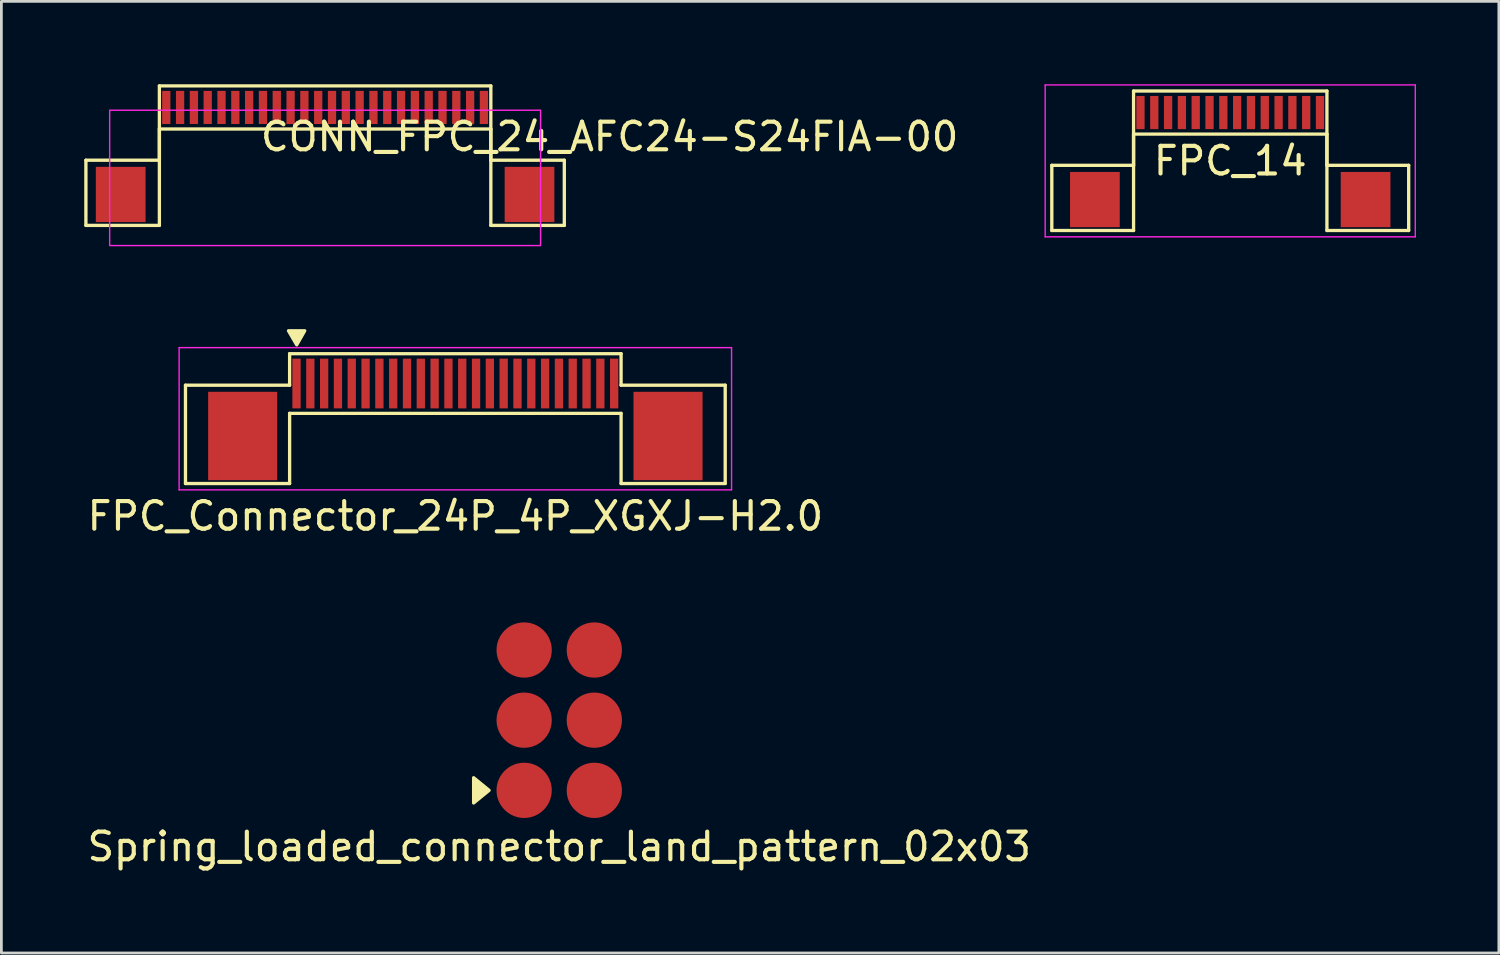
<source format=kicad_pcb>
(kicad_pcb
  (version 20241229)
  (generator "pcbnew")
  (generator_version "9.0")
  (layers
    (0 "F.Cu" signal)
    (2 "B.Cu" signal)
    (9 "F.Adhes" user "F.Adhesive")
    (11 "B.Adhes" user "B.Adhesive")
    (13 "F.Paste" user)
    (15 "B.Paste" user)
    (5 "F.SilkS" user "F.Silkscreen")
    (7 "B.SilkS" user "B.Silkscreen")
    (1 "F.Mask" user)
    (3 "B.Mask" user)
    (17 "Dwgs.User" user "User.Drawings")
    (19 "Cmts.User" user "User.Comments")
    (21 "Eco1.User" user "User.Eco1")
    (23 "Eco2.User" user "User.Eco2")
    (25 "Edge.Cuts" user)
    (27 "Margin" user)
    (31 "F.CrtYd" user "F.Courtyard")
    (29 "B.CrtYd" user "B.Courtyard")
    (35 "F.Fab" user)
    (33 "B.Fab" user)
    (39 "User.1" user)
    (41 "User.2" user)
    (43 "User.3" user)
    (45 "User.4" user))
  (footprint "Spring_loaded_connector_land_pattern_02x03"
    (layer "F.Cu")
    (at 17.196 28.103)
    (property "Reference" "Spring_loaded_connector_land_pattern_02x03" (at 0 -0.5 0) (unlocked yes) (layer "F.SilkS") (effects (font (size 1 1) (thickness 0.15))))
    (attr smd)
    (fp_poly (pts (xy -2.54 -2.54) (xy -3.099 -2.997) (xy -3.099 -2.083)) (stroke (width 0.12) (type solid)) (fill yes) (layer "F.SilkS"))
    (pad "1" smd circle (at -1.27 -2.54) (size 2 2) (layers "F.Cu" "F.Mask" "F.Paste"))
    (pad "2" smd circle (at -1.27 -5.08) (size 2 2) (layers "F.Cu" "F.Mask" "F.Paste"))
    (pad "3" smd circle (at -1.27 -7.62) (size 2 2) (layers "F.Cu" "F.Mask" "F.Paste"))
    (pad "4" smd circle (at 1.27 -7.62) (size 2 2) (layers "F.Cu" "F.Mask" "F.Paste"))
    (pad "5" smd circle (at 1.27 -5.08) (size 2 2) (layers "F.Cu" "F.Mask" "F.Paste"))
    (pad "6" smd circle (at 1.27 -2.54) (size 2 2) (layers "F.Cu" "F.Mask" "F.Paste")))
  (footprint "CONN_FPC_24_AFC24-S24FIA-00"
    (layer "F.Cu")
    (at 8.72 3.14)
    (property "Reference" "CONN_FPC_24_AFC24-S24FIA-00" (at 10.3 -1.24 0) (layer "F.SilkS") (effects (font (size 1 1) (thickness 0.15))))
    (attr smd)
    (fp_line (start -8.66 -0.39) (end -6 -0.39) (stroke (width 0.12) (type default)) (layer "F.SilkS"))
    (fp_line (start -8.66 1.97) (end -8.66 -0.39) (stroke (width 0.12) (type default)) (layer "F.SilkS"))
    (fp_line (start -6 -3.08) (end 6 -3.08) (stroke (width 0.12) (type default)) (layer "F.SilkS"))
    (fp_line (start -6 -1.52) (end -6 1.97) (stroke (width 0.12) (type default)) (layer "F.SilkS"))
    (fp_line (start -6 -1.52) (end 6 -1.52) (stroke (width 0.12) (type default)) (layer "F.SilkS"))
    (fp_line (start -6 -0.39) (end -6 -3.08) (stroke (width 0.12) (type default)) (layer "F.SilkS"))
    (fp_line (start -6 1.97) (end -8.66 1.97) (stroke (width 0.12) (type default)) (layer "F.SilkS"))
    (fp_line (start 6 -1.52) (end 6 1.97) (stroke (width 0.12) (type default)) (layer "F.SilkS"))
    (fp_line (start 6 -0.39) (end 6 -3.08) (stroke (width 0.12) (type default)) (layer "F.SilkS"))
    (fp_line (start 6 1.97) (end 8.66 1.97) (stroke (width 0.12) (type default)) (layer "F.SilkS"))
    (fp_line (start 8.66 -0.39) (end 6 -0.39) (stroke (width 0.12) (type default)) (layer "F.SilkS"))
    (fp_line (start 8.66 1.97) (end 8.66 -0.39) (stroke (width 0.12) (type default)) (layer "F.SilkS"))
    (fp_rect (start -7.8 -2.2) (end 7.8 2.7) (stroke (width 0.05) (type default)) (fill no) (layer "F.CrtYd"))
    (pad "" smd rect (at -7.4 0.85) (size 1.8 2) (layers "F.Cu" "F.Mask" "F.Paste"))
    (pad "" smd rect (at 7.4 0.85) (size 1.8 2) (layers "F.Cu" "F.Mask" "F.Paste"))
    (pad "1" smd rect (at 5.75 -2.3) (size 0.3 1.2) (layers "F.Cu" "F.Mask" "F.Paste"))
    (pad "2" smd rect (at 5.25 -2.3) (size 0.3 1.2) (layers "F.Cu" "F.Mask" "F.Paste"))
    (pad "3" smd rect (at 4.75 -2.3) (size 0.3 1.2) (layers "F.Cu" "F.Mask" "F.Paste"))
    (pad "4" smd rect (at 4.25 -2.3) (size 0.3 1.2) (layers "F.Cu" "F.Mask" "F.Paste"))
    (pad "5" smd rect (at 3.75 -2.3) (size 0.3 1.2) (layers "F.Cu" "F.Mask" "F.Paste"))
    (pad "6" smd rect (at 3.25 -2.3) (size 0.3 1.2) (layers "F.Cu" "F.Mask" "F.Paste"))
    (pad "7" smd rect (at 2.75 -2.3) (size 0.3 1.2) (layers "F.Cu" "F.Mask" "F.Paste"))
    (pad "8" smd rect (at 2.25 -2.3) (size 0.3 1.2) (layers "F.Cu" "F.Mask" "F.Paste"))
    (pad "9" smd rect (at 1.75 -2.3) (size 0.3 1.2) (layers "F.Cu" "F.Mask" "F.Paste"))
    (pad "10" smd rect (at 1.25 -2.3) (size 0.3 1.2) (layers "F.Cu" "F.Mask" "F.Paste"))
    (pad "11" smd rect (at 0.75 -2.3) (size 0.3 1.2) (layers "F.Cu" "F.Mask" "F.Paste"))
    (pad "12" smd rect (at 0.25 -2.3) (size 0.3 1.2) (layers "F.Cu" "F.Mask" "F.Paste"))
    (pad "13" smd rect (at -0.25 -2.3) (size 0.3 1.2) (layers "F.Cu" "F.Mask" "F.Paste"))
    (pad "14" smd rect (at -0.75 -2.3) (size 0.3 1.2) (layers "F.Cu" "F.Mask" "F.Paste"))
    (pad "15" smd rect (at -1.25 -2.3) (size 0.3 1.2) (layers "F.Cu" "F.Mask" "F.Paste"))
    (pad "16" smd rect (at -1.75 -2.3) (size 0.3 1.2) (layers "F.Cu" "F.Mask" "F.Paste"))
    (pad "17" smd rect (at -2.25 -2.3) (size 0.3 1.2) (layers "F.Cu" "F.Mask" "F.Paste"))
    (pad "18" smd rect (at -2.75 -2.3) (size 0.3 1.2) (layers "F.Cu" "F.Mask" "F.Paste"))
    (pad "19" smd rect (at -3.25 -2.3) (size 0.3 1.2) (layers "F.Cu" "F.Mask" "F.Paste"))
    (pad "20" smd rect (at -3.75 -2.3) (size 0.3 1.2) (layers "F.Cu" "F.Mask" "F.Paste"))
    (pad "21" smd rect (at -4.25 -2.3) (size 0.3 1.2) (layers "F.Cu" "F.Mask" "F.Paste"))
    (pad "22" smd rect (at -4.75 -2.3) (size 0.3 1.2) (layers "F.Cu" "F.Mask" "F.Paste"))
    (pad "23" smd rect (at -5.25 -2.3) (size 0.3 1.2) (layers "F.Cu" "F.Mask" "F.Paste"))
    (pad "24" smd rect (at -5.75 -2.3) (size 0.3 1.2) (layers "F.Cu" "F.Mask" "F.Paste")))
  (footprint "FPC_14"
    (layer "F.Cu")
    (at 41.489 3.425)
    (property "Reference" "FPC_14" (at 0 -0.65 0) (layer "F.SilkS") (effects (font (size 1 1) (thickness 0.15))))
    (attr smd)
    (fp_line (start -6.46 -0.49) (end -3.5 -0.49) (stroke (width 0.12) (type default)) (layer "F.SilkS"))
    (fp_line (start -6.46 1.87) (end -6.46 -0.49) (stroke (width 0.12) (type default)) (layer "F.SilkS"))
    (fp_line (start -3.5 -3.18) (end 3.5 -3.18) (stroke (width 0.12) (type default)) (layer "F.SilkS"))
    (fp_line (start -3.5 -1.62) (end -3.5 1.87) (stroke (width 0.12) (type default)) (layer "F.SilkS"))
    (fp_line (start -3.5 -1.62) (end 3.5 -1.62) (stroke (width 0.12) (type default)) (layer "F.SilkS"))
    (fp_line (start -3.5 -0.49) (end -3.5 -3.18) (stroke (width 0.12) (type default)) (layer "F.SilkS"))
    (fp_line (start -3.5 1.87) (end -6.46 1.87) (stroke (width 0.12) (type default)) (layer "F.SilkS"))
    (fp_line (start 3.5 -1.62) (end 3.5 1.87) (stroke (width 0.12) (type default)) (layer "F.SilkS"))
    (fp_line (start 3.5 -0.49) (end 3.5 -3.18) (stroke (width 0.12) (type default)) (layer "F.SilkS"))
    (fp_line (start 3.5 1.87) (end 6.46 1.87) (stroke (width 0.12) (type default)) (layer "F.SilkS"))
    (fp_line (start 6.46 -0.49) (end 3.5 -0.49) (stroke (width 0.12) (type default)) (layer "F.SilkS"))
    (fp_line (start 6.46 1.87) (end 6.46 -0.49) (stroke (width 0.12) (type default)) (layer "F.SilkS"))
    (fp_line (start -6.7 -3.4) (end -6.7 2.1) (stroke (width 0.05) (type default)) (layer "F.CrtYd"))
    (fp_line (start -6.7 -3.4) (end 6.7 -3.4) (stroke (width 0.05) (type default)) (layer "F.CrtYd"))
    (fp_line (start -6.7 2.1) (end 6.7 2.1) (stroke (width 0.05) (type default)) (layer "F.CrtYd"))
    (fp_line (start 6.7 -3.4) (end 6.7 2.1) (stroke (width 0.05) (type default)) (layer "F.CrtYd"))
    (pad "" smd rect (at -4.9 0.75) (size 1.8 2) (layers "F.Cu" "F.Mask" "F.Paste"))
    (pad "" smd rect (at 4.9 0.75) (size 1.8 2) (layers "F.Cu" "F.Mask" "F.Paste"))
    (pad "1" smd rect (at -3.25 -2.4) (size 0.3 1.2) (layers "F.Cu" "F.Mask" "F.Paste"))
    (pad "2" smd rect (at -2.75 -2.4) (size 0.3 1.2) (layers "F.Cu" "F.Mask" "F.Paste"))
    (pad "3" smd rect (at -2.25 -2.4) (size 0.3 1.2) (layers "F.Cu" "F.Mask" "F.Paste"))
    (pad "4" smd rect (at -1.75 -2.4) (size 0.3 1.2) (layers "F.Cu" "F.Mask" "F.Paste"))
    (pad "5" smd rect (at -1.25 -2.4) (size 0.3 1.2) (layers "F.Cu" "F.Mask" "F.Paste"))
    (pad "6" smd rect (at -0.75 -2.4) (size 0.3 1.2) (layers "F.Cu" "F.Mask" "F.Paste"))
    (pad "7" smd rect (at -0.25 -2.4) (size 0.3 1.2) (layers "F.Cu" "F.Mask" "F.Paste"))
    (pad "8" smd rect (at 0.25 -2.4) (size 0.3 1.2) (layers "F.Cu" "F.Mask" "F.Paste"))
    (pad "9" smd rect (at 0.75 -2.4) (size 0.3 1.2) (layers "F.Cu" "F.Mask" "F.Paste"))
    (pad "10" smd rect (at 1.25 -2.4) (size 0.3 1.2) (layers "F.Cu" "F.Mask" "F.Paste"))
    (pad "11" smd rect (at 1.75 -2.4) (size 0.3 1.2) (layers "F.Cu" "F.Mask" "F.Paste"))
    (pad "12" smd rect (at 2.25 -2.4) (size 0.3 1.2) (layers "F.Cu" "F.Mask" "F.Paste"))
    (pad "13" smd rect (at 2.75 -2.4) (size 0.3 1.2) (layers "F.Cu" "F.Mask" "F.Paste"))
    (pad "14" smd rect (at 3.25 -2.4) (size 0.3 1.2) (layers "F.Cu" "F.Mask" "F.Paste")))
  (footprint "FPC_Connector_24P_4P_XGXJ-H2.0"
    (layer "F.Cu")
    (at 13.435 10.835)
    (property "Reference" "FPC_Connector_24P_4P_XGXJ-H2.0" (at 0 4.8 0) (layer "F.SilkS") (effects (font (size 1 1) (thickness 0.15))))
    (attr smd)
    (fp_line (start -9.77 0.06) (end -6 0.06) (stroke (width 0.12) (type default)) (layer "F.SilkS"))
    (fp_line (start -9.77 3.62) (end -9.77 0.06) (stroke (width 0.12) (type default)) (layer "F.SilkS"))
    (fp_line (start -6 -1.08) (end 6 -1.08) (stroke (width 0.12) (type default)) (layer "F.SilkS"))
    (fp_line (start -6 0.06) (end -6 -1.08) (stroke (width 0.12) (type default)) (layer "F.SilkS"))
    (fp_line (start -6 1.08) (end -6 3.62) (stroke (width 0.12) (type default)) (layer "F.SilkS"))
    (fp_line (start -6 1.08) (end 6 1.08) (stroke (width 0.12) (type default)) (layer "F.SilkS"))
    (fp_line (start -6 3.62) (end -9.77 3.62) (stroke (width 0.12) (type default)) (layer "F.SilkS"))
    (fp_line (start 6 0.06) (end 6 -1.08) (stroke (width 0.12) (type default)) (layer "F.SilkS"))
    (fp_line (start 6 1.08) (end 6 3.62) (stroke (width 0.12) (type default)) (layer "F.SilkS"))
    (fp_line (start 6 3.62) (end 9.77 3.62) (stroke (width 0.12) (type default)) (layer "F.SilkS"))
    (fp_line (start 9.77 0.06) (end 6 0.06) (stroke (width 0.12) (type default)) (layer "F.SilkS"))
    (fp_line (start 9.77 3.62) (end 9.77 0.06) (stroke (width 0.12) (type default)) (layer "F.SilkS"))
    (fp_poly (pts (xy -5.453 -1.91) (xy -5.743 -1.4) (xy -6.04 -1.91)) (stroke (width 0.12) (type solid)) (fill yes) (layer "F.SilkS"))
    (fp_line (start -10 -1.3) (end -10 3.85) (stroke (width 0.05) (type default)) (layer "F.CrtYd"))
    (fp_line (start -10 -1.3) (end 10 -1.3) (stroke (width 0.05) (type default)) (layer "F.CrtYd"))
    (fp_line (start -10 3.85) (end 10 3.85) (stroke (width 0.05) (type default)) (layer "F.CrtYd"))
    (fp_line (start 10 -1.3) (end 10 3.85) (stroke (width 0.05) (type default)) (layer "F.CrtYd"))
    (pad "0" smd rect (at -7.7 1.9) (size 2.5 3.2) (layers "F.Cu" "F.Mask" "F.Paste"))
    (pad "0" smd rect (at 7.7 1.9) (size 2.5 3.2) (layers "F.Cu" "F.Mask" "F.Paste"))
    (pad "1" smd rect (at -5.75 0) (size 0.3 1.8) (layers "F.Cu" "F.Mask" "F.Paste"))
    (pad "2" smd rect (at -5.25 0) (size 0.3 1.8) (layers "F.Cu" "F.Mask" "F.Paste"))
    (pad "3" smd rect (at -4.75 0) (size 0.3 1.8) (layers "F.Cu" "F.Mask" "F.Paste"))
    (pad "4" smd rect (at -4.25 0) (size 0.3 1.8) (layers "F.Cu" "F.Mask" "F.Paste"))
    (pad "5" smd rect (at -3.75 0) (size 0.3 1.8) (layers "F.Cu" "F.Mask" "F.Paste"))
    (pad "6" smd rect (at -3.25 0) (size 0.3 1.8) (layers "F.Cu" "F.Mask" "F.Paste"))
    (pad "7" smd rect (at -2.75 0) (size 0.3 1.8) (layers "F.Cu" "F.Mask" "F.Paste"))
    (pad "8" smd rect (at -2.25 0) (size 0.3 1.8) (layers "F.Cu" "F.Mask" "F.Paste"))
    (pad "9" smd rect (at -1.75 0) (size 0.3 1.8) (layers "F.Cu" "F.Mask" "F.Paste"))
    (pad "10" smd rect (at -1.25 0) (size 0.3 1.8) (layers "F.Cu" "F.Mask" "F.Paste"))
    (pad "11" smd rect (at -0.75 0) (size 0.3 1.8) (layers "F.Cu" "F.Mask" "F.Paste"))
    (pad "12" smd rect (at -0.25 0) (size 0.3 1.8) (layers "F.Cu" "F.Mask" "F.Paste"))
    (pad "13" smd rect (at 0.25 0) (size 0.3 1.8) (layers "F.Cu" "F.Mask" "F.Paste"))
    (pad "14" smd rect (at 0.75 0) (size 0.3 1.8) (layers "F.Cu" "F.Mask" "F.Paste"))
    (pad "15" smd rect (at 1.25 0) (size 0.3 1.8) (layers "F.Cu" "F.Mask" "F.Paste"))
    (pad "16" smd rect (at 1.75 0) (size 0.3 1.8) (layers "F.Cu" "F.Mask" "F.Paste"))
    (pad "17" smd rect (at 2.25 0) (size 0.3 1.8) (layers "F.Cu" "F.Mask" "F.Paste"))
    (pad "18" smd rect (at 2.75 0) (size 0.3 1.8) (layers "F.Cu" "F.Mask" "F.Paste"))
    (pad "19" smd rect (at 3.25 0) (size 0.3 1.8) (layers "F.Cu" "F.Mask" "F.Paste"))
    (pad "20" smd rect (at 3.75 0) (size 0.3 1.8) (layers "F.Cu" "F.Mask" "F.Paste"))
    (pad "21" smd rect (at 4.25 0) (size 0.3 1.8) (layers "F.Cu" "F.Mask" "F.Paste"))
    (pad "22" smd rect (at 4.75 0) (size 0.3 1.8) (layers "F.Cu" "F.Mask" "F.Paste"))
    (pad "23" smd rect (at 5.25 0) (size 0.3 1.8) (layers "F.Cu" "F.Mask" "F.Paste"))
    (pad "24" smd rect (at 5.75 0) (size 0.3 1.8) (layers "F.Cu" "F.Mask" "F.Paste")))
  (gr_rect
    (start -3 -3)
    (end 51.214 31.452)
    (stroke (width 0.1) (type default))
    (fill no)
    (layer "Edge.Cuts")))
</source>
